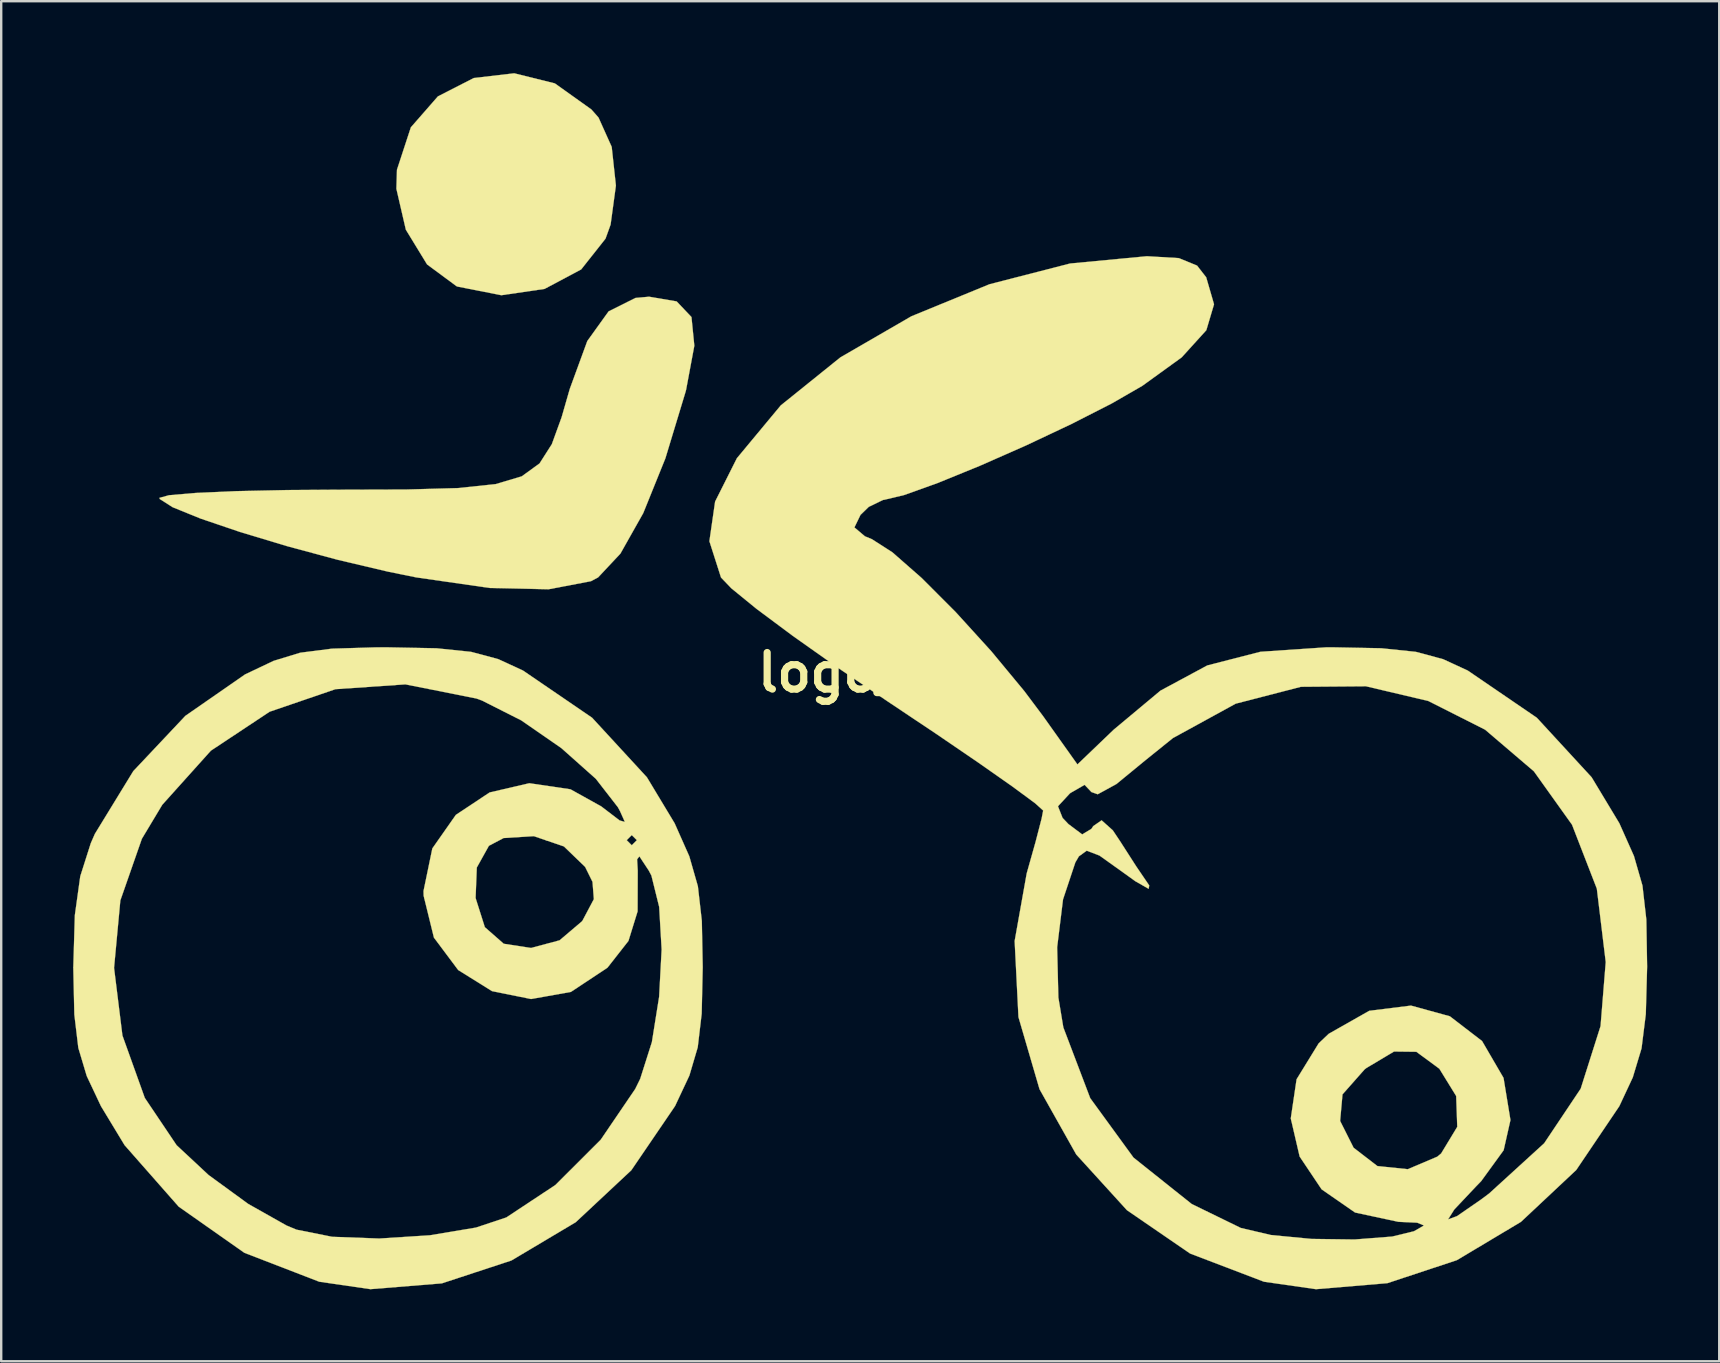
<source format=kicad_pcb>
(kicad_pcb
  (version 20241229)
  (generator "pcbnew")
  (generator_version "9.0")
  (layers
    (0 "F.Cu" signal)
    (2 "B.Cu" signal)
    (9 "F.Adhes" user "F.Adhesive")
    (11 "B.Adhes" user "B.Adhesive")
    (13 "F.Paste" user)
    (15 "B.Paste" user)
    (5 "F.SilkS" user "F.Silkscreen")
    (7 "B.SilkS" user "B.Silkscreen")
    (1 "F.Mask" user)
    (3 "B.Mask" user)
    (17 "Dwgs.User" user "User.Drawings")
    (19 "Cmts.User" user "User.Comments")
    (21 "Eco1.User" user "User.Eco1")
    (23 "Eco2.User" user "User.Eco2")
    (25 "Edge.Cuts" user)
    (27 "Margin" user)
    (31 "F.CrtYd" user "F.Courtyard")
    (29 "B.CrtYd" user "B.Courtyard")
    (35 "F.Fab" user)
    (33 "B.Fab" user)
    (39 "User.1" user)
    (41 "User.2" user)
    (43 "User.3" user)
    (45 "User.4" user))
  (footprint "logo_vk"
    (layer "F.Cu")
    (at 32.803 24.978)
    (property "Reference" "logo_vk" (at 0 0 0) (layer "F.SilkS") (effects (font (size 1.524 1.524) (thickness 0.3))))
    (attr through_hole)
    (fp_poly (pts (xy -12.731 -24.553) (xy -11.21 -23.468) (xy -10.91 -23.128) (xy -10.361 -21.906) (xy -10.186 -20.294) (xy -10.407 -18.669) (xy -10.619 -18.082) (xy -11.634 -16.799) (xy -13.16 -15.988) (xy -14.959 -15.725) (xy -16.792 -16.086) (xy -16.825 -16.099) (xy -18.055 -17.008) (xy -18.94 -18.456) (xy -19.334 -20.16) (xy -19.31 -20.955) (xy -18.731 -22.722) (xy -17.604 -24.011) (xy -16.108 -24.777) (xy -14.423 -24.973) (xy -12.731 -24.553)) (stroke (width 0.01) (type solid)) (fill yes) (layer "F.SilkS"))
    (fp_poly (pts (xy -7.654 -15.467) (xy -7.037 -14.816) (xy -6.918 -13.621) (xy -7.26 -11.789) (xy -7.285 -11.693) (xy -8.124 -8.927) (xy -9.046 -6.646) (xy -9.999 -4.956) (xy -10.928 -3.965) (xy -11.223 -3.808) (xy -12.991 -3.471) (xy -15.442 -3.525) (xy -18.511 -3.967) (xy -19.685 -4.206) (xy -21.789 -4.702) (xy -23.897 -5.27) (xy -25.851 -5.859) (xy -27.491 -6.416) (xy -28.658 -6.89) (xy -29.193 -7.231) (xy -29.21 -7.28) (xy -28.809 -7.39) (xy -27.698 -7.485) (xy -26.011 -7.56) (xy -23.884 -7.606) (xy -21.818 -7.62) (xy -18.93 -7.628) (xy -16.765 -7.688) (xy -15.199 -7.853) (xy -14.108 -8.178) (xy -13.368 -8.715) (xy -12.856 -9.518) (xy -12.448 -10.64) (xy -12.108 -11.821) (xy -11.378 -13.816) (xy -10.49 -15.052) (xy -9.372 -15.611) (xy -8.803 -15.663) (xy -7.654 -15.467)) (stroke (width 0.01) (type solid)) (fill yes) (layer "F.SilkS"))
    (fp_poly (pts (xy -17.664 -1.012) (xy -16.22 -0.863) (xy -15.087 -0.559) (xy -14.057 -0.084) (xy -11.179 1.882) (xy -8.893 4.365) (xy -7.738 6.282) (xy -7.127 7.658) (xy -6.77 8.905) (xy -6.605 10.351) (xy -6.568 12.277) (xy -6.611 14.214) (xy -6.776 15.616) (xy -7.123 16.792) (xy -7.714 18.05) (xy -7.725 18.071) (xy -9.543 20.74) (xy -11.861 22.907) (xy -14.54 24.501) (xy -17.438 25.454) (xy -20.416 25.696) (xy -22.549 25.386) (xy -25.669 24.181) (xy -28.406 22.258) (xy -30.66 19.697) (xy -31.645 18.071) (xy -32.239 16.812) (xy -32.589 15.642) (xy -32.755 14.253) (xy -32.798 12.336) (xy -32.798 12.307) (xy -31.1 12.307) (xy -30.751 15.126) (xy -29.819 17.726) (xy -28.494 19.696) (xy -27.159 20.941) (xy -25.508 22.144) (xy -23.914 23.043) (xy -23.495 23.217) (xy -22.01 23.514) (xy -20.047 23.586) (xy -17.939 23.451) (xy -16.02 23.13) (xy -14.753 22.708) (xy -12.709 21.356) (xy -10.82 19.47) (xy -9.381 17.354) (xy -9.174 16.933) (xy -8.687 15.402) (xy -8.385 13.512) (xy -8.28 11.54) (xy -8.383 9.764) (xy -8.706 8.461) (xy -8.814 8.255) (xy -9.207 7.659) (xy -9.303 7.783) (xy -9.276 8.255) (xy -9.282 9.952) (xy -9.663 11.183) (xy -10.523 12.281) (xy -10.551 12.309) (xy -12.062 13.309) (xy -13.722 13.605) (xy -15.349 13.276) (xy -16.759 12.397) (xy -17.77 11.045) (xy -18.175 9.397) (xy -16.033 9.397) (xy -15.648 10.611) (xy -14.86 11.302) (xy -13.721 11.477) (xy -12.533 11.158) (xy -11.6 10.366) (xy -11.571 10.323) (xy -11.105 9.443) (xy -11.161 8.721) (xy -11.468 8.1) (xy -12.353 7.246) (xy -13.116 6.985) (xy -9.737 6.985) (xy -9.525 7.197) (xy -9.313 6.985) (xy -9.525 6.773) (xy -9.737 6.985) (xy -13.116 6.985) (xy -13.605 6.818) (xy -14.865 6.896) (xy -15.479 7.22) (xy -15.983 8.125) (xy -16.033 9.397) (xy -18.175 9.397) (xy -18.199 9.297) (xy -18.203 9.102) (xy -17.836 7.329) (xy -16.856 5.931) (xy -15.447 4.996) (xy -13.794 4.612) (xy -12.079 4.865) (xy -10.798 5.577) (xy -10.034 6.161) (xy -9.812 6.226) (xy -10.013 5.778) (xy -10.101 5.614) (xy -11.023 4.427) (xy -12.459 3.149) (xy -14.133 1.991) (xy -15.769 1.165) (xy -16 1.081) (xy -18.959 0.492) (xy -21.874 0.693) (xy -24.617 1.632) (xy -27.065 3.255) (xy -29.091 5.51) (xy -29.941 6.927) (xy -30.838 9.497) (xy -31.1 12.307) (xy -32.798 12.307) (xy -32.798 12.277) (xy -32.734 10.112) (xy -32.508 8.489) (xy -32.07 7.113) (xy -31.899 6.722) (xy -30.298 4.107) (xy -28.128 1.804) (xy -25.641 0.078) (xy -25.639 0.077) (xy -24.452 -0.487) (xy -23.34 -0.827) (xy -22.018 -0.996) (xy -20.201 -1.05) (xy -19.685 -1.051) (xy -17.664 -1.012)) (stroke (width 0.01) (type solid)) (fill yes) (layer "F.SilkS"))
    (fp_poly (pts (xy 13.274 -17.271) (xy 14.033 -16.96) (xy 14.414 -16.471) (xy 14.74 -15.347) (xy 14.419 -14.267) (xy 13.393 -13.136) (xy 11.753 -11.95) (xy 10.478 -11.215) (xy 8.797 -10.358) (xy 6.901 -9.463) (xy 4.98 -8.616) (xy 3.225 -7.9) (xy 1.829 -7.399) (xy 0.982 -7.197) (xy 0.952 -7.197) (xy 0.351 -6.905) (xy 0.006 -6.569) (xy -0.246 -6.049) (xy 0.19 -5.679) (xy 0.483 -5.558) (xy 1.337 -5.01) (xy 2.551 -3.945) (xy 3.973 -2.521) (xy 5.451 -0.896) (xy 6.833 0.772) (xy 7.61 1.808) (xy 9.047 3.829) (xy 10.556 2.383) (xy 12.507 0.754) (xy 14.46 -0.297) (xy 16.674 -0.866) (xy 19.407 -1.051) (xy 19.685 -1.052) (xy 21.707 -1.013) (xy 23.152 -0.863) (xy 24.285 -0.558) (xy 25.313 -0.084) (xy 28.191 1.882) (xy 30.477 4.365) (xy 31.632 6.282) (xy 32.24 7.647) (xy 32.594 8.877) (xy 32.756 10.295) (xy 32.788 12.226) (xy 32.788 12.277) (xy 32.734 14.236) (xy 32.556 15.662) (xy 32.192 16.869) (xy 31.63 18.071) (xy 29.835 20.73) (xy 27.53 22.892) (xy 24.859 24.488) (xy 21.965 25.446) (xy 18.989 25.697) (xy 16.821 25.386) (xy 13.742 24.211) (xy 11.111 22.405) (xy 8.998 20.083) (xy 7.468 17.363) (xy 6.59 14.358) (xy 6.444 11.45) (xy 8.202 11.45) (xy 8.253 13.541) (xy 8.46 14.788) (xy 9.58 17.736) (xy 11.384 20.213) (xy 13.809 22.147) (xy 15.855 23.145) (xy 17.112 23.44) (xy 18.802 23.602) (xy 20.595 23.626) (xy 22.164 23.504) (xy 23.072 23.283) (xy 23.49 23.043) (xy 23.205 22.926) (xy 22.425 22.89) (xy 20.617 22.502) (xy 19.223 21.536) (xy 18.308 20.17) (xy 17.963 18.686) (xy 19.995 18.686) (xy 20.556 19.802) (xy 21.548 20.566) (xy 22.814 20.697) (xy 24.044 20.175) (xy 24.203 20.043) (xy 24.876 18.932) (xy 24.831 17.647) (xy 24.13 16.51) (xy 23.172 15.804) (xy 22.241 15.793) (xy 21.091 16.479) (xy 21.012 16.541) (xy 20.094 17.579) (xy 19.995 18.686) (xy 17.963 18.686) (xy 17.938 18.582) (xy 18.18 16.95) (xy 19.1 15.453) (xy 19.52 15.054) (xy 21.209 14.096) (xy 22.947 13.879) (xy 24.569 14.325) (xy 25.91 15.356) (xy 26.805 16.893) (xy 27.093 18.648) (xy 26.809 19.907) (xy 25.873 21.195) (xy 25.654 21.421) (xy 24.752 22.377) (xy 24.493 22.789) (xy 24.867 22.652) (xy 25.867 21.961) (xy 26.207 21.707) (xy 28.498 19.617) (xy 30.02 17.343) (xy 30.848 14.734) (xy 31.064 12.065) (xy 30.693 9.006) (xy 29.659 6.341) (xy 28.07 4.116) (xy 26.037 2.381) (xy 23.668 1.184) (xy 21.073 0.572) (xy 18.362 0.593) (xy 15.643 1.296) (xy 13.028 2.729) (xy 11.893 3.643) (xy 10.673 4.645) (xy 9.893 5.072) (xy 9.631 4.98) (xy 9.346 4.679) (xy 8.756 5.019) (xy 8.726 5.044) (xy 8.236 5.572) (xy 8.428 6.057) (xy 8.672 6.314) (xy 9.247 6.745) (xy 9.631 6.513) (xy 9.706 6.4) (xy 10.055 6.157) (xy 10.522 6.575) (xy 10.829 7.035) (xy 11.495 8.072) (xy 12.035 8.866) (xy 12.04 8.872) (xy 12.015 9.012) (xy 11.459 8.695) (xy 10.931 8.315) (xy 9.966 7.626) (xy 9.434 7.423) (xy 9.109 7.658) (xy 8.961 7.91) (xy 8.447 9.454) (xy 8.202 11.45) (xy 6.444 11.45) (xy 6.431 11.187) (xy 6.933 8.371) (xy 7.304 7.054) (xy 7.554 6.089) (xy 7.62 5.75) (xy 7.284 5.446) (xy 6.35 4.757) (xy 4.93 3.761) (xy 3.135 2.536) (xy 1.164 1.219) (xy -0.936 -0.201) (xy -2.809 -1.525) (xy -4.33 -2.658) (xy -5.375 -3.511) (xy -5.806 -3.961) (xy -6.29 -5.473) (xy -6.052 -7.125) (xy -5.144 -8.932) (xy -3.315 -11.134) (xy -0.829 -13.136) (xy 2.131 -14.849) (xy 5.381 -16.182) (xy 8.739 -17.046) (xy 11.944 -17.35) (xy 13.274 -17.271)) (stroke (width 0.01) (type solid)) (fill yes) (layer "F.SilkS")))
  (gr_rect
    (start -3 -3)
    (end 68.597 53.68)
    (stroke (width 0.1) (type default))
    (fill no)
    (layer "Edge.Cuts")))
</source>
